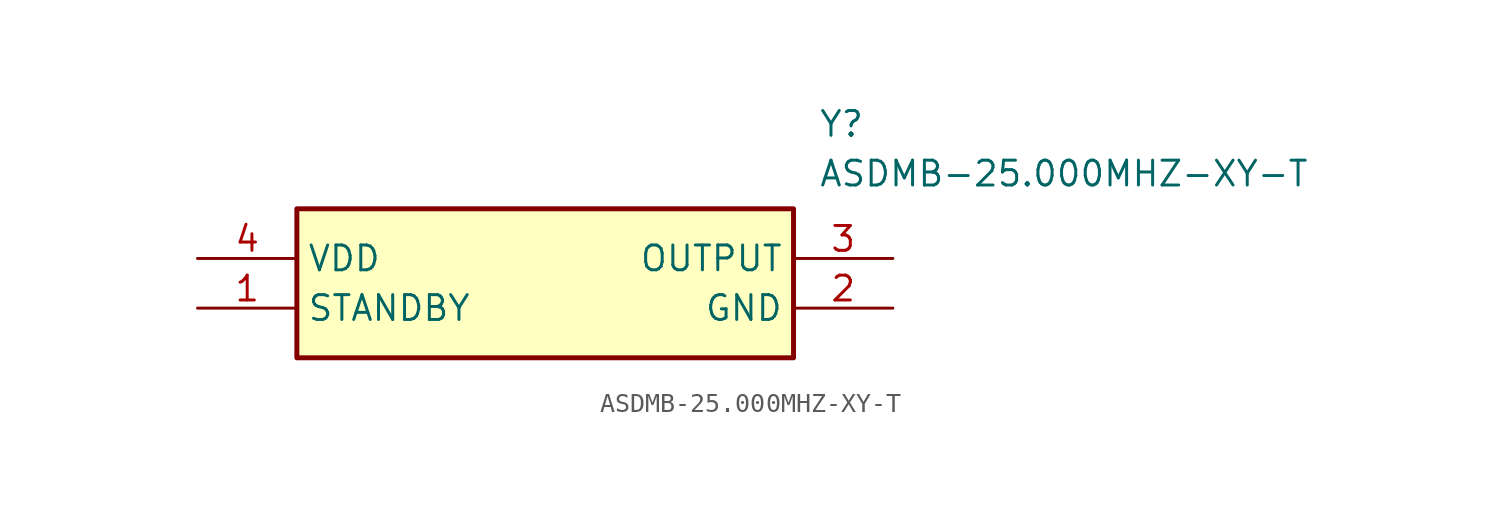
<source format=kicad_sym>
(kicad_symbol_lib
  (version 20211014)
  (generator SamacSys_ECAD_Model)
  (symbol "ASDMB-25.000MHZ-XY-T"
    (property "Reference" "Y"
      (at 31.75 7.62 0)
      (effects (font (size 1.27 1.27)) (justify left top)))
    (property "Value" "ASDMB-25.000MHZ-XY-T"
      (at 31.75 5.08 0)
      (effects (font (size 1.27 1.27)) (justify left top)))
    (rectangle
      (start 5.08 2.54)
      (end 30.48 -5.08)
      (stroke (width 0.254) (type default))
      (fill (type background)))
    (pin passive line
      (at 0 -2.54 0)
      (length 5.08)
      (name "STANDBY" (effects (font (size 1.27 1.27))))
      (number "1" (effects (font (size 1.27 1.27)))))
    (pin passive line
      (at 35.56 -2.54 180)
      (length 5.08)
      (name "GND" (effects (font (size 1.27 1.27))))
      (number "2" (effects (font (size 1.27 1.27)))))
    (pin passive line
      (at 35.56 0 180)
      (length 5.08)
      (name "OUTPUT" (effects (font (size 1.27 1.27))))
      (number "3" (effects (font (size 1.27 1.27)))))
    (pin passive line
      (at 0 0 0)
      (length 5.08)
      (name "VDD" (effects (font (size 1.27 1.27))))
      (number "4" (effects (font (size 1.27 1.27)))))))
</source>
